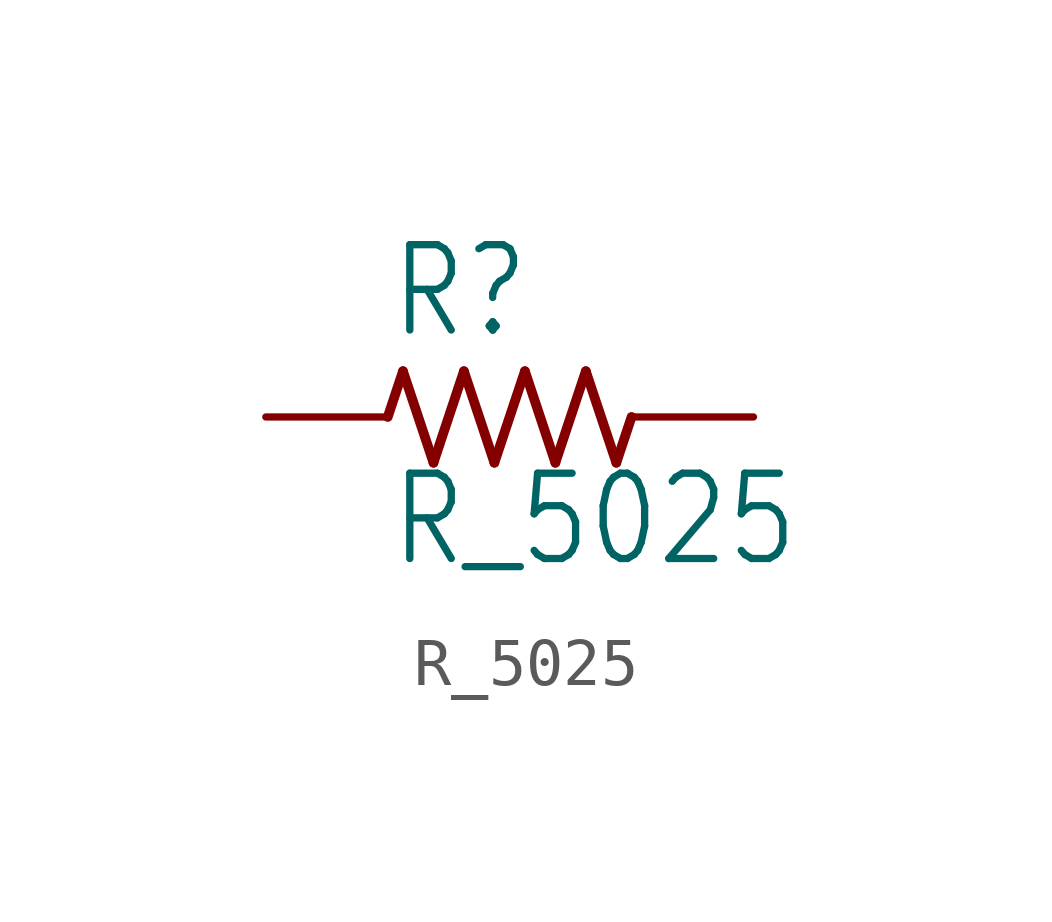
<source format=kicad_sym>
(kicad_symbol_lib
  (version 20211014)
  (generator kicad_symbol_editor)
  (symbol "R_5025"
    (property "Reference" "R"
      (at -2.54 1.587 0)
      (effects (font (size 1.778 1.511)) (justify left bottom)))
    (property "Value" "R_5025"
      (at -2.54 -3.175 0)
      (effects (font (size 1.778 1.511)) (justify left bottom)))
    (property "ki_locked" ""
      (at 0 0 0)
      (effects (font (size 1.27 1.27))))
    (symbol "R_5025_1_0"
      (polyline (pts (xy -2.54 0) (xy -2.223 0.953)) (stroke (width 0.203) (type default) (color 0 0 0 0)) (fill (type none)))
      (polyline (pts (xy -2.223 0.953) (xy -1.587 -0.953)) (stroke (width 0.203) (type default) (color 0 0 0 0)) (fill (type none)))
      (polyline (pts (xy -1.587 -0.953) (xy -0.953 0.953)) (stroke (width 0.203) (type default) (color 0 0 0 0)) (fill (type none)))
      (polyline (pts (xy -0.953 0.953) (xy -0.318 -0.953)) (stroke (width 0.203) (type default) (color 0 0 0 0)) (fill (type none)))
      (polyline (pts (xy -0.318 -0.953) (xy 0.318 0.953)) (stroke (width 0.203) (type default) (color 0 0 0 0)) (fill (type none)))
      (polyline (pts (xy 0.318 0.953) (xy 0.953 -0.953)) (stroke (width 0.203) (type default) (color 0 0 0 0)) (fill (type none)))
      (polyline (pts (xy 0.953 -0.953) (xy 1.587 0.953)) (stroke (width 0.203) (type default) (color 0 0 0 0)) (fill (type none)))
      (polyline (pts (xy 1.587 0.953) (xy 2.223 -0.953)) (stroke (width 0.203) (type default) (color 0 0 0 0)) (fill (type none)))
      (polyline (pts (xy 2.223 -0.953) (xy 2.54 0)) (stroke (width 0.203) (type default) (color 0 0 0 0)) (fill (type none)))
      (pin passive line (at -5.08 0 0) (length 2.54) (name "1" (effects (font (size 0 0)))) (number "1" (effects (font (size 0 0)))))
      (pin passive line (at 5.08 0 180) (length 2.54) (name "2" (effects (font (size 0 0)))) (number "2" (effects (font (size 0 0))))))))
</source>
